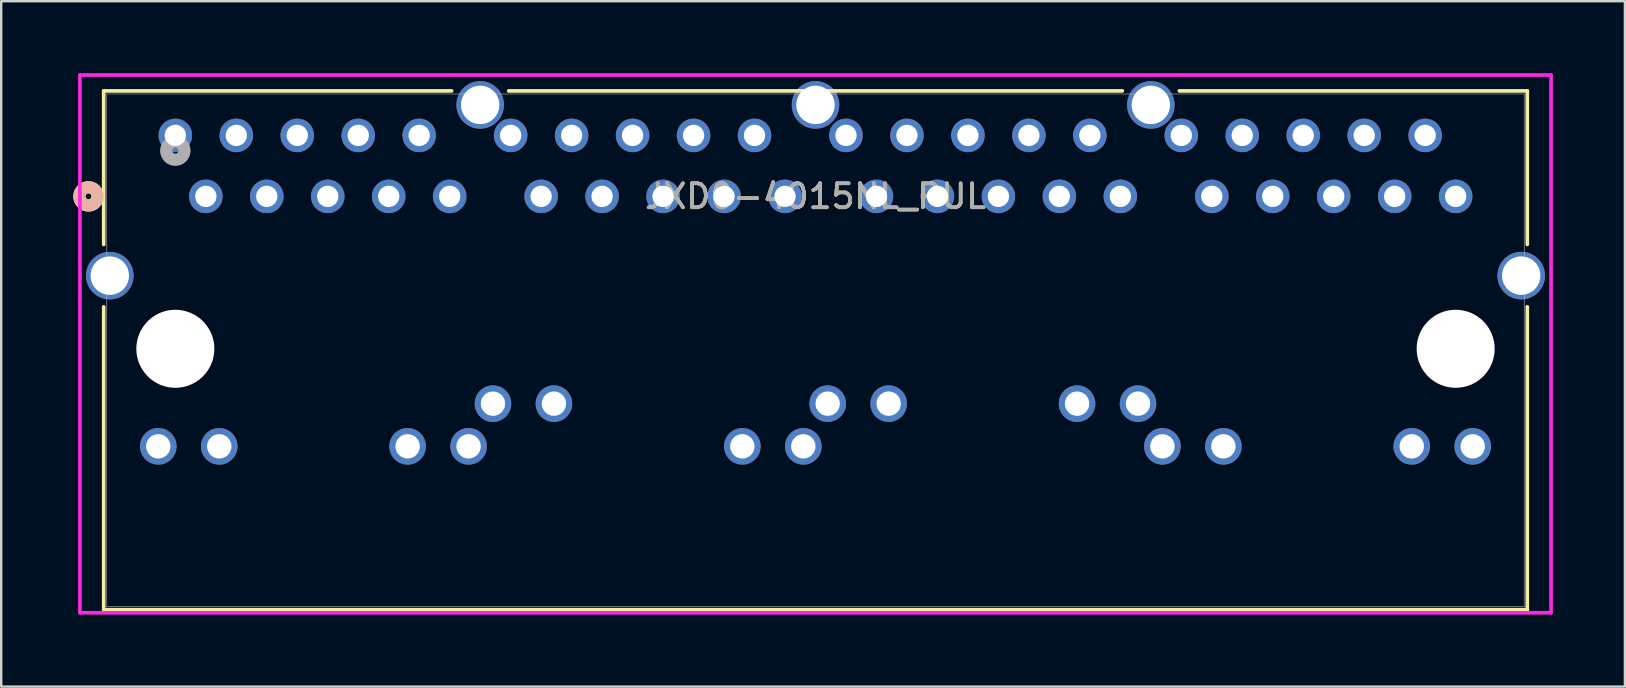
<source format=kicad_pcb>
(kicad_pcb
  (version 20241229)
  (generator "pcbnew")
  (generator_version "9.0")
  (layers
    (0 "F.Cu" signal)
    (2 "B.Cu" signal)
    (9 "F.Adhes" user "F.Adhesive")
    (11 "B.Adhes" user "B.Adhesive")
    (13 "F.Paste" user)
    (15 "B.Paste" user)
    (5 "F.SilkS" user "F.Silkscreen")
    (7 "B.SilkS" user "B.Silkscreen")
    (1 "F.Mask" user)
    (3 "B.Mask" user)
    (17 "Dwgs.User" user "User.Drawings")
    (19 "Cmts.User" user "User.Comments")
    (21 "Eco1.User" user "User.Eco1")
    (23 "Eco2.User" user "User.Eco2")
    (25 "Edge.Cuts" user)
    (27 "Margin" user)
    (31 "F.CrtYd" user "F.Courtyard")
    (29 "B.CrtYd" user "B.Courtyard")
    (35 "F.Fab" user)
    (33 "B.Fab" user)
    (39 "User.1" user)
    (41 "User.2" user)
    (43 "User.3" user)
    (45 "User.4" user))
  (footprint "JXD0-4015NL_PUL"
    (layer "F.Cu")
    (at 4.255 2.591)
    (property "Reference" "JXD0-4015NL_PUL" (at 26.67 2.54 0) (unlocked yes) (layer "F.SilkS") (effects (font (size 1 1) (thickness 0.15))))
    (attr through_hole)
    (fp_line (start -2.985 -1.854) (end -2.985 4.543) (stroke (width 0.152) (type solid)) (layer "F.SilkS"))
    (fp_line (start -2.985 7.141) (end -2.985 19.761) (stroke (width 0.152) (type solid)) (layer "F.SilkS"))
    (fp_line (start -2.985 19.761) (end 56.325 19.761) (stroke (width 0.152) (type solid)) (layer "F.SilkS"))
    (fp_line (start 11.513 -1.854) (end -2.985 -1.854) (stroke (width 0.152) (type solid)) (layer "F.SilkS"))
    (fp_line (start 39.453 -1.854) (end 13.887 -1.854) (stroke (width 0.152) (type solid)) (layer "F.SilkS"))
    (fp_line (start 56.325 -1.854) (end 41.827 -1.854) (stroke (width 0.152) (type solid)) (layer "F.SilkS"))
    (fp_line (start 56.325 4.543) (end 56.325 -1.854) (stroke (width 0.152) (type solid)) (layer "F.SilkS"))
    (fp_line (start 56.325 19.761) (end 56.325 7.141) (stroke (width 0.152) (type solid)) (layer "F.SilkS"))
    (fp_circle (center -3.619 2.54) (end -3.239 2.54) (stroke (width 0.508) (type solid)) (fill no) (layer "F.SilkS"))
    (fp_circle (center -3.619 2.54) (end -3.239 2.54) (stroke (width 0.508) (type solid)) (fill no) (layer "B.SilkS"))
    (fp_line (start -3.975 -2.515) (end -3.975 19.888) (stroke (width 0.152) (type solid)) (layer "F.CrtYd"))
    (fp_line (start -3.975 19.888) (end 57.315 19.888) (stroke (width 0.152) (type solid)) (layer "F.CrtYd"))
    (fp_line (start 57.315 -2.515) (end -3.975 -2.515) (stroke (width 0.152) (type solid)) (layer "F.CrtYd"))
    (fp_line (start 57.315 19.888) (end 57.315 -2.515) (stroke (width 0.152) (type solid)) (layer "F.CrtYd"))
    (fp_line (start -2.857 -1.727) (end -2.857 19.634) (stroke (width 0.025) (type solid)) (layer "F.Fab"))
    (fp_line (start -2.857 19.634) (end 56.197 19.634) (stroke (width 0.025) (type solid)) (layer "F.Fab"))
    (fp_line (start 56.197 -1.727) (end -2.857 -1.727) (stroke (width 0.025) (type solid)) (layer "F.Fab"))
    (fp_line (start 56.197 19.634) (end 56.197 -1.727) (stroke (width 0.025) (type solid)) (layer "F.Fab"))
    (fp_circle (center 0 0.635) (end 0.381 0.635) (stroke (width 0.508) (type solid)) (fill no) (layer "F.Fab"))
    (fp_text user "${REFERENCE}" (at 26.67 2.54 0) (unlocked yes) (layer "F.Fab") (effects (font (size 1 1) (thickness 0.15))))
    (pad "" np_thru_hole circle (at 0 8.89) (size 3.251 3.251) (drill 3.251) (layers "*.Cu" "*.Mask"))
    (pad "" np_thru_hole circle (at 53.34 8.89) (size 3.251 3.251) (drill 3.251) (layers "*.Cu" "*.Mask"))
    (pad "1" thru_hole circle (at 0 0) (size 1.397 1.397) (drill 0.889) (layers "*.Cu" "*.Mask"))
    (pad "2" thru_hole circle (at 1.27 2.54) (size 1.397 1.397) (drill 0.889) (layers "*.Cu" "*.Mask"))
    (pad "3" thru_hole circle (at 2.54 0) (size 1.397 1.397) (drill 0.889) (layers "*.Cu" "*.Mask"))
    (pad "4" thru_hole circle (at 3.81 2.54) (size 1.397 1.397) (drill 0.889) (layers "*.Cu" "*.Mask"))
    (pad "5" thru_hole circle (at 5.08 0) (size 1.397 1.397) (drill 0.889) (layers "*.Cu" "*.Mask"))
    (pad "6" thru_hole circle (at 6.35 2.54) (size 1.397 1.397) (drill 0.889) (layers "*.Cu" "*.Mask"))
    (pad "7" thru_hole circle (at 7.62 0) (size 1.397 1.397) (drill 0.889) (layers "*.Cu" "*.Mask"))
    (pad "8" thru_hole circle (at 8.89 2.54) (size 1.397 1.397) (drill 0.889) (layers "*.Cu" "*.Mask"))
    (pad "9" thru_hole circle (at 10.16 0) (size 1.397 1.397) (drill 0.889) (layers "*.Cu" "*.Mask"))
    (pad "10" thru_hole circle (at 11.43 2.54) (size 1.397 1.397) (drill 0.889) (layers "*.Cu" "*.Mask"))
    (pad "11" thru_hole circle (at -0.711 12.954) (size 1.524 1.524) (drill 1.016) (layers "*.Cu" "*.Mask"))
    (pad "12" thru_hole circle (at 1.829 12.954) (size 1.524 1.524) (drill 1.016) (layers "*.Cu" "*.Mask"))
    (pad "13" thru_hole circle (at 9.677 12.954) (size 1.524 1.524) (drill 1.016) (layers "*.Cu" "*.Mask"))
    (pad "14" thru_hole circle (at 12.217 12.954) (size 1.524 1.524) (drill 1.016) (layers "*.Cu" "*.Mask"))
    (pad "15" thru_hole circle (at 13.97 0) (size 1.397 1.397) (drill 0.889) (layers "*.Cu" "*.Mask"))
    (pad "16" thru_hole circle (at 15.24 2.54) (size 1.397 1.397) (drill 0.889) (layers "*.Cu" "*.Mask"))
    (pad "17" thru_hole circle (at 16.51 0) (size 1.397 1.397) (drill 0.889) (layers "*.Cu" "*.Mask"))
    (pad "18" thru_hole circle (at 17.78 2.54) (size 1.397 1.397) (drill 0.889) (layers "*.Cu" "*.Mask"))
    (pad "19" thru_hole circle (at 19.05 0) (size 1.397 1.397) (drill 0.889) (layers "*.Cu" "*.Mask"))
    (pad "20" thru_hole circle (at 20.32 2.54) (size 1.397 1.397) (drill 0.889) (layers "*.Cu" "*.Mask"))
    (pad "21" thru_hole circle (at 21.59 0) (size 1.397 1.397) (drill 0.889) (layers "*.Cu" "*.Mask"))
    (pad "22" thru_hole circle (at 22.86 2.54) (size 1.397 1.397) (drill 0.889) (layers "*.Cu" "*.Mask"))
    (pad "23" thru_hole circle (at 24.13 0) (size 1.397 1.397) (drill 0.889) (layers "*.Cu" "*.Mask"))
    (pad "24" thru_hole circle (at 25.4 2.54) (size 1.397 1.397) (drill 0.889) (layers "*.Cu" "*.Mask"))
    (pad "25" thru_hole circle (at 13.233 11.176) (size 1.524 1.524) (drill 1.016) (layers "*.Cu" "*.Mask"))
    (pad "26" thru_hole circle (at 15.773 11.176) (size 1.524 1.524) (drill 1.016) (layers "*.Cu" "*.Mask"))
    (pad "27" thru_hole circle (at 23.622 12.954) (size 1.524 1.524) (drill 1.016) (layers "*.Cu" "*.Mask"))
    (pad "28" thru_hole circle (at 26.162 12.954) (size 1.524 1.524) (drill 1.016) (layers "*.Cu" "*.Mask"))
    (pad "29" thru_hole circle (at 27.94 0) (size 1.397 1.397) (drill 0.889) (layers "*.Cu" "*.Mask"))
    (pad "30" thru_hole circle (at 29.21 2.54) (size 1.397 1.397) (drill 0.889) (layers "*.Cu" "*.Mask"))
    (pad "31" thru_hole circle (at 30.48 0) (size 1.397 1.397) (drill 0.889) (layers "*.Cu" "*.Mask"))
    (pad "32" thru_hole circle (at 31.75 2.54) (size 1.397 1.397) (drill 0.889) (layers "*.Cu" "*.Mask"))
    (pad "33" thru_hole circle (at 33.02 0) (size 1.397 1.397) (drill 0.889) (layers "*.Cu" "*.Mask"))
    (pad "34" thru_hole circle (at 34.29 2.54) (size 1.397 1.397) (drill 0.889) (layers "*.Cu" "*.Mask"))
    (pad "35" thru_hole circle (at 35.56 0) (size 1.397 1.397) (drill 0.889) (layers "*.Cu" "*.Mask"))
    (pad "36" thru_hole circle (at 36.83 2.54) (size 1.397 1.397) (drill 0.889) (layers "*.Cu" "*.Mask"))
    (pad "37" thru_hole circle (at 38.1 0) (size 1.397 1.397) (drill 0.889) (layers "*.Cu" "*.Mask"))
    (pad "38" thru_hole circle (at 39.37 2.54) (size 1.397 1.397) (drill 0.889) (layers "*.Cu" "*.Mask"))
    (pad "39" thru_hole circle (at 27.178 11.176) (size 1.524 1.524) (drill 1.016) (layers "*.Cu" "*.Mask"))
    (pad "40" thru_hole circle (at 29.718 11.176) (size 1.524 1.524) (drill 1.016) (layers "*.Cu" "*.Mask"))
    (pad "41" thru_hole circle (at 37.567 11.176) (size 1.524 1.524) (drill 1.016) (layers "*.Cu" "*.Mask"))
    (pad "42" thru_hole circle (at 40.107 11.176) (size 1.524 1.524) (drill 1.016) (layers "*.Cu" "*.Mask"))
    (pad "43" thru_hole circle (at 41.91 0) (size 1.397 1.397) (drill 0.889) (layers "*.Cu" "*.Mask"))
    (pad "44" thru_hole circle (at 43.18 2.54) (size 1.397 1.397) (drill 0.889) (layers "*.Cu" "*.Mask"))
    (pad "45" thru_hole circle (at 44.45 0) (size 1.397 1.397) (drill 0.889) (layers "*.Cu" "*.Mask"))
    (pad "46" thru_hole circle (at 45.72 2.54) (size 1.397 1.397) (drill 0.889) (layers "*.Cu" "*.Mask"))
    (pad "47" thru_hole circle (at 46.99 0) (size 1.397 1.397) (drill 0.889) (layers "*.Cu" "*.Mask"))
    (pad "48" thru_hole circle (at 48.26 2.54) (size 1.397 1.397) (drill 0.889) (layers "*.Cu" "*.Mask"))
    (pad "49" thru_hole circle (at 49.53 0) (size 1.397 1.397) (drill 0.889) (layers "*.Cu" "*.Mask"))
    (pad "50" thru_hole circle (at 50.8 2.54) (size 1.397 1.397) (drill 0.889) (layers "*.Cu" "*.Mask"))
    (pad "51" thru_hole circle (at 52.07 0) (size 1.397 1.397) (drill 0.889) (layers "*.Cu" "*.Mask"))
    (pad "52" thru_hole circle (at 53.34 2.54) (size 1.397 1.397) (drill 0.889) (layers "*.Cu" "*.Mask"))
    (pad "53" thru_hole circle (at 41.123 12.954) (size 1.524 1.524) (drill 1.016) (layers "*.Cu" "*.Mask"))
    (pad "54" thru_hole circle (at 43.663 12.954) (size 1.524 1.524) (drill 1.016) (layers "*.Cu" "*.Mask"))
    (pad "55" thru_hole circle (at 51.511 12.954) (size 1.524 1.524) (drill 1.016) (layers "*.Cu" "*.Mask"))
    (pad "56" thru_hole circle (at 54.051 12.954) (size 1.524 1.524) (drill 1.016) (layers "*.Cu" "*.Mask"))
    (pad "59" thru_hole circle (at -2.731 5.842) (size 1.981 1.981) (drill 1.6) (layers "*.Cu" "*.Mask"))
    (pad "60" thru_hole circle (at 56.071 5.842) (size 1.981 1.981) (drill 1.6) (layers "*.Cu" "*.Mask"))
    (pad "61" thru_hole circle (at 12.7 -1.27) (size 1.981 1.981) (drill 1.6) (layers "*.Cu" "*.Mask"))
    (pad "62" thru_hole circle (at 26.67 -1.27) (size 1.981 1.981) (drill 1.6) (layers "*.Cu" "*.Mask"))
    (pad "63" thru_hole circle (at 40.64 -1.27) (size 1.981 1.981) (drill 1.6) (layers "*.Cu" "*.Mask")))
  (gr_rect
    (start -3 -3)
    (end 64.646 25.555)
    (stroke (width 0.1) (type default))
    (fill no)
    (layer "Edge.Cuts")))
</source>
